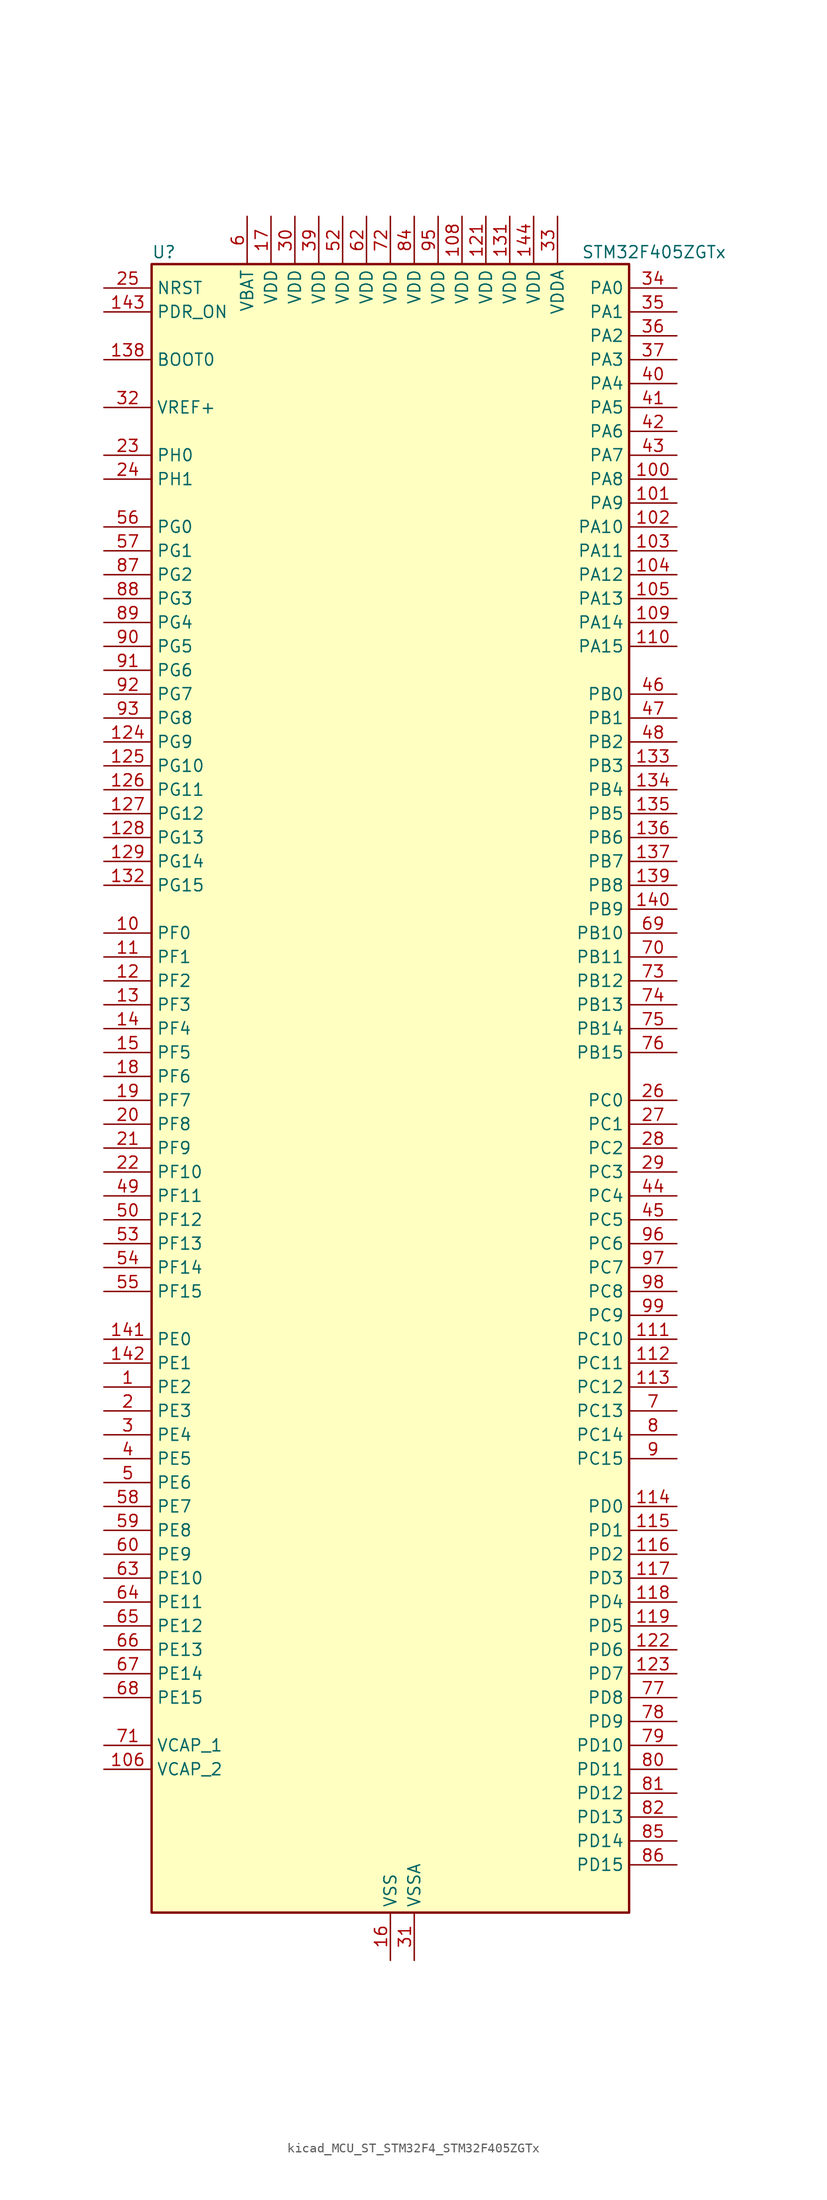
<source format=kicad_sym>
(kicad_symbol_lib
  (version 20220914)
  (generator kicad_symbol_editor)
  (symbol "kicad_MCU_ST_STM32F4_STM32F405ZGTx"
    (property "Reference" "U"
      (at -25.4 90.17 0)
      (effects (font (size 1.27 1.27)) (justify left)))
    (property "Value" "STM32F405ZGTx"
      (at 20.32 90.17 0)
      (effects (font (size 1.27 1.27)) (justify left)))
    (property "ki_locked" ""
      (at 0 0 0)
      (effects (font (size 1.27 1.27))))
    (symbol "kicad_MCU_ST_STM32F4_STM32F405ZGTx_0_1"
      (rectangle (start -25.4 -86.36) (end 25.4 88.9) (stroke (width 0.254) (type default)) (fill (type background))))
    (symbol "kicad_MCU_ST_STM32F4_STM32F405ZGTx_1_1"
      (pin bidirectional line (at -30.48 -30.48 0) (length 5.08) (name "PE2" (effects (font (size 1.27 1.27)))) (number "1" (effects (font (size 1.27 1.27)))) (alternate "FSMC_A23" bidirectional line) (alternate "SYS_TRACECLK" bidirectional line))
      (pin bidirectional line (at -30.48 17.78 0) (length 5.08) (name "PF0" (effects (font (size 1.27 1.27)))) (number "10" (effects (font (size 1.27 1.27)))) (alternate "FSMC_A0" bidirectional line) (alternate "I2C2_SDA" bidirectional line))
      (pin bidirectional line (at 30.48 66.04 180) (length 5.08) (name "PA8" (effects (font (size 1.27 1.27)))) (number "100" (effects (font (size 1.27 1.27)))) (alternate "I2C3_SCL" bidirectional line) (alternate "RCC_MCO_1" bidirectional line) (alternate "TIM1_CH1" bidirectional line) (alternate "USART1_CK" bidirectional line) (alternate "USB_OTG_FS_SOF" bidirectional line))
      (pin bidirectional line (at 30.48 63.5 180) (length 5.08) (name "PA9" (effects (font (size 1.27 1.27)))) (number "101" (effects (font (size 1.27 1.27)))) (alternate "DAC_EXTI9" bidirectional line) (alternate "I2C3_SMBA" bidirectional line) (alternate "TIM1_CH2" bidirectional line) (alternate "USART1_TX" bidirectional line) (alternate "USB_OTG_FS_VBUS" bidirectional line))
      (pin bidirectional line (at 30.48 60.96 180) (length 5.08) (name "PA10" (effects (font (size 1.27 1.27)))) (number "102" (effects (font (size 1.27 1.27)))) (alternate "TIM1_CH3" bidirectional line) (alternate "USART1_RX" bidirectional line) (alternate "USB_OTG_FS_ID" bidirectional line))
      (pin bidirectional line (at 30.48 58.42 180) (length 5.08) (name "PA11" (effects (font (size 1.27 1.27)))) (number "103" (effects (font (size 1.27 1.27)))) (alternate "ADC1_EXTI11" bidirectional line) (alternate "ADC2_EXTI11" bidirectional line) (alternate "ADC3_EXTI11" bidirectional line) (alternate "CAN1_RX" bidirectional line) (alternate "TIM1_CH4" bidirectional line) (alternate "USART1_CTS" bidirectional line) (alternate "USB_OTG_FS_DM" bidirectional line))
      (pin bidirectional line (at 30.48 55.88 180) (length 5.08) (name "PA12" (effects (font (size 1.27 1.27)))) (number "104" (effects (font (size 1.27 1.27)))) (alternate "CAN1_TX" bidirectional line) (alternate "TIM1_ETR" bidirectional line) (alternate "USART1_RTS" bidirectional line) (alternate "USB_OTG_FS_DP" bidirectional line))
      (pin bidirectional line (at 30.48 53.34 180) (length 5.08) (name "PA13" (effects (font (size 1.27 1.27)))) (number "105" (effects (font (size 1.27 1.27)))) (alternate "SYS_JTMS-SWDIO" bidirectional line))
      (pin power_out line (at -30.48 -71.12 0) (length 5.08) (name "VCAP_2" (effects (font (size 1.27 1.27)))) (number "106" (effects (font (size 1.27 1.27)))))
      (pin passive line (at 0 -91.44 90) (length 5.08) hide (name "VSS" (effects (font (size 1.27 1.27)))) (number "107" (effects (font (size 1.27 1.27)))))
      (pin power_in line (at 7.62 93.98 270) (length 5.08) (name "VDD" (effects (font (size 1.27 1.27)))) (number "108" (effects (font (size 1.27 1.27)))))
      (pin bidirectional line (at 30.48 50.8 180) (length 5.08) (name "PA14" (effects (font (size 1.27 1.27)))) (number "109" (effects (font (size 1.27 1.27)))) (alternate "SYS_JTCK-SWCLK" bidirectional line))
      (pin bidirectional line (at -30.48 15.24 0) (length 5.08) (name "PF1" (effects (font (size 1.27 1.27)))) (number "11" (effects (font (size 1.27 1.27)))) (alternate "FSMC_A1" bidirectional line) (alternate "I2C2_SCL" bidirectional line))
      (pin bidirectional line (at 30.48 48.26 180) (length 5.08) (name "PA15" (effects (font (size 1.27 1.27)))) (number "110" (effects (font (size 1.27 1.27)))) (alternate "ADC1_EXTI15" bidirectional line) (alternate "ADC2_EXTI15" bidirectional line) (alternate "ADC3_EXTI15" bidirectional line) (alternate "I2S3_WS" bidirectional line) (alternate "SPI1_NSS" bidirectional line) (alternate "SPI3_NSS" bidirectional line) (alternate "SYS_JTDI" bidirectional line) (alternate "TIM2_CH1" bidirectional line) (alternate "TIM2_ETR" bidirectional line))
      (pin bidirectional line (at 30.48 -25.4 180) (length 5.08) (name "PC10" (effects (font (size 1.27 1.27)))) (number "111" (effects (font (size 1.27 1.27)))) (alternate "I2S3_CK" bidirectional line) (alternate "SDIO_D2" bidirectional line) (alternate "SPI3_SCK" bidirectional line) (alternate "UART4_TX" bidirectional line) (alternate "USART3_TX" bidirectional line))
      (pin bidirectional line (at 30.48 -27.94 180) (length 5.08) (name "PC11" (effects (font (size 1.27 1.27)))) (number "112" (effects (font (size 1.27 1.27)))) (alternate "ADC1_EXTI11" bidirectional line) (alternate "ADC2_EXTI11" bidirectional line) (alternate "ADC3_EXTI11" bidirectional line) (alternate "I2S3_ext_SD" bidirectional line) (alternate "SDIO_D3" bidirectional line) (alternate "SPI3_MISO" bidirectional line) (alternate "UART4_RX" bidirectional line) (alternate "USART3_RX" bidirectional line))
      (pin bidirectional line (at 30.48 -30.48 180) (length 5.08) (name "PC12" (effects (font (size 1.27 1.27)))) (number "113" (effects (font (size 1.27 1.27)))) (alternate "I2S3_SD" bidirectional line) (alternate "SDIO_CK" bidirectional line) (alternate "SPI3_MOSI" bidirectional line) (alternate "UART5_TX" bidirectional line) (alternate "USART3_CK" bidirectional line))
      (pin bidirectional line (at 30.48 -43.18 180) (length 5.08) (name "PD0" (effects (font (size 1.27 1.27)))) (number "114" (effects (font (size 1.27 1.27)))) (alternate "CAN1_RX" bidirectional line) (alternate "FSMC_D2" bidirectional line) (alternate "FSMC_DA2" bidirectional line))
      (pin bidirectional line (at 30.48 -45.72 180) (length 5.08) (name "PD1" (effects (font (size 1.27 1.27)))) (number "115" (effects (font (size 1.27 1.27)))) (alternate "CAN1_TX" bidirectional line) (alternate "FSMC_D3" bidirectional line) (alternate "FSMC_DA3" bidirectional line))
      (pin bidirectional line (at 30.48 -48.26 180) (length 5.08) (name "PD2" (effects (font (size 1.27 1.27)))) (number "116" (effects (font (size 1.27 1.27)))) (alternate "SDIO_CMD" bidirectional line) (alternate "TIM3_ETR" bidirectional line) (alternate "UART5_RX" bidirectional line))
      (pin bidirectional line (at 30.48 -50.8 180) (length 5.08) (name "PD3" (effects (font (size 1.27 1.27)))) (number "117" (effects (font (size 1.27 1.27)))) (alternate "FSMC_CLK" bidirectional line) (alternate "USART2_CTS" bidirectional line))
      (pin bidirectional line (at 30.48 -53.34 180) (length 5.08) (name "PD4" (effects (font (size 1.27 1.27)))) (number "118" (effects (font (size 1.27 1.27)))) (alternate "FSMC_NOE" bidirectional line) (alternate "USART2_RTS" bidirectional line))
      (pin bidirectional line (at 30.48 -55.88 180) (length 5.08) (name "PD5" (effects (font (size 1.27 1.27)))) (number "119" (effects (font (size 1.27 1.27)))) (alternate "FSMC_NWE" bidirectional line) (alternate "USART2_TX" bidirectional line))
      (pin bidirectional line (at -30.48 12.7 0) (length 5.08) (name "PF2" (effects (font (size 1.27 1.27)))) (number "12" (effects (font (size 1.27 1.27)))) (alternate "FSMC_A2" bidirectional line) (alternate "I2C2_SMBA" bidirectional line))
      (pin passive line (at 0 -91.44 90) (length 5.08) hide (name "VSS" (effects (font (size 1.27 1.27)))) (number "120" (effects (font (size 1.27 1.27)))))
      (pin power_in line (at 10.16 93.98 270) (length 5.08) (name "VDD" (effects (font (size 1.27 1.27)))) (number "121" (effects (font (size 1.27 1.27)))))
      (pin bidirectional line (at 30.48 -58.42 180) (length 5.08) (name "PD6" (effects (font (size 1.27 1.27)))) (number "122" (effects (font (size 1.27 1.27)))) (alternate "FSMC_NWAIT" bidirectional line) (alternate "USART2_RX" bidirectional line))
      (pin bidirectional line (at 30.48 -60.96 180) (length 5.08) (name "PD7" (effects (font (size 1.27 1.27)))) (number "123" (effects (font (size 1.27 1.27)))) (alternate "FSMC_NCE2" bidirectional line) (alternate "FSMC_NE1" bidirectional line) (alternate "USART2_CK" bidirectional line))
      (pin bidirectional line (at -30.48 38.1 0) (length 5.08) (name "PG9" (effects (font (size 1.27 1.27)))) (number "124" (effects (font (size 1.27 1.27)))) (alternate "DAC_EXTI9" bidirectional line) (alternate "FSMC_NCE3" bidirectional line) (alternate "FSMC_NE2" bidirectional line) (alternate "USART6_RX" bidirectional line))
      (pin bidirectional line (at -30.48 35.56 0) (length 5.08) (name "PG10" (effects (font (size 1.27 1.27)))) (number "125" (effects (font (size 1.27 1.27)))) (alternate "FSMC_NCE4_1" bidirectional line) (alternate "FSMC_NE3" bidirectional line))
      (pin bidirectional line (at -30.48 33.02 0) (length 5.08) (name "PG11" (effects (font (size 1.27 1.27)))) (number "126" (effects (font (size 1.27 1.27)))) (alternate "ADC1_EXTI11" bidirectional line) (alternate "ADC2_EXTI11" bidirectional line) (alternate "ADC3_EXTI11" bidirectional line) (alternate "FSMC_NCE4_2" bidirectional line))
      (pin bidirectional line (at -30.48 30.48 0) (length 5.08) (name "PG12" (effects (font (size 1.27 1.27)))) (number "127" (effects (font (size 1.27 1.27)))) (alternate "FSMC_NE4" bidirectional line) (alternate "USART6_RTS" bidirectional line))
      (pin bidirectional line (at -30.48 27.94 0) (length 5.08) (name "PG13" (effects (font (size 1.27 1.27)))) (number "128" (effects (font (size 1.27 1.27)))) (alternate "FSMC_A24" bidirectional line) (alternate "USART6_CTS" bidirectional line))
      (pin bidirectional line (at -30.48 25.4 0) (length 5.08) (name "PG14" (effects (font (size 1.27 1.27)))) (number "129" (effects (font (size 1.27 1.27)))) (alternate "FSMC_A25" bidirectional line) (alternate "USART6_TX" bidirectional line))
      (pin bidirectional line (at -30.48 10.16 0) (length 5.08) (name "PF3" (effects (font (size 1.27 1.27)))) (number "13" (effects (font (size 1.27 1.27)))) (alternate "ADC3_IN9" bidirectional line) (alternate "FSMC_A3" bidirectional line))
      (pin passive line (at 0 -91.44 90) (length 5.08) hide (name "VSS" (effects (font (size 1.27 1.27)))) (number "130" (effects (font (size 1.27 1.27)))))
      (pin power_in line (at 12.7 93.98 270) (length 5.08) (name "VDD" (effects (font (size 1.27 1.27)))) (number "131" (effects (font (size 1.27 1.27)))))
      (pin bidirectional line (at -30.48 22.86 0) (length 5.08) (name "PG15" (effects (font (size 1.27 1.27)))) (number "132" (effects (font (size 1.27 1.27)))) (alternate "ADC1_EXTI15" bidirectional line) (alternate "ADC2_EXTI15" bidirectional line) (alternate "ADC3_EXTI15" bidirectional line) (alternate "USART6_CTS" bidirectional line))
      (pin bidirectional line (at 30.48 35.56 180) (length 5.08) (name "PB3" (effects (font (size 1.27 1.27)))) (number "133" (effects (font (size 1.27 1.27)))) (alternate "I2S3_CK" bidirectional line) (alternate "SPI1_SCK" bidirectional line) (alternate "SPI3_SCK" bidirectional line) (alternate "SYS_JTDO-SWO" bidirectional line) (alternate "TIM2_CH2" bidirectional line))
      (pin bidirectional line (at 30.48 33.02 180) (length 5.08) (name "PB4" (effects (font (size 1.27 1.27)))) (number "134" (effects (font (size 1.27 1.27)))) (alternate "I2S3_ext_SD" bidirectional line) (alternate "SPI1_MISO" bidirectional line) (alternate "SPI3_MISO" bidirectional line) (alternate "SYS_JTRST" bidirectional line) (alternate "TIM3_CH1" bidirectional line))
      (pin bidirectional line (at 30.48 30.48 180) (length 5.08) (name "PB5" (effects (font (size 1.27 1.27)))) (number "135" (effects (font (size 1.27 1.27)))) (alternate "CAN2_RX" bidirectional line) (alternate "I2C1_SMBA" bidirectional line) (alternate "I2S3_SD" bidirectional line) (alternate "SPI1_MOSI" bidirectional line) (alternate "SPI3_MOSI" bidirectional line) (alternate "TIM3_CH2" bidirectional line) (alternate "USB_OTG_HS_ULPI_D7" bidirectional line))
      (pin bidirectional line (at 30.48 27.94 180) (length 5.08) (name "PB6" (effects (font (size 1.27 1.27)))) (number "136" (effects (font (size 1.27 1.27)))) (alternate "CAN2_TX" bidirectional line) (alternate "I2C1_SCL" bidirectional line) (alternate "TIM4_CH1" bidirectional line) (alternate "USART1_TX" bidirectional line))
      (pin bidirectional line (at 30.48 25.4 180) (length 5.08) (name "PB7" (effects (font (size 1.27 1.27)))) (number "137" (effects (font (size 1.27 1.27)))) (alternate "FSMC_NL" bidirectional line) (alternate "I2C1_SDA" bidirectional line) (alternate "TIM4_CH2" bidirectional line) (alternate "USART1_RX" bidirectional line))
      (pin input line (at -30.48 78.74 0) (length 5.08) (name "BOOT0" (effects (font (size 1.27 1.27)))) (number "138" (effects (font (size 1.27 1.27)))))
      (pin bidirectional line (at 30.48 22.86 180) (length 5.08) (name "PB8" (effects (font (size 1.27 1.27)))) (number "139" (effects (font (size 1.27 1.27)))) (alternate "CAN1_RX" bidirectional line) (alternate "I2C1_SCL" bidirectional line) (alternate "SDIO_D4" bidirectional line) (alternate "TIM10_CH1" bidirectional line) (alternate "TIM4_CH3" bidirectional line))
      (pin bidirectional line (at -30.48 7.62 0) (length 5.08) (name "PF4" (effects (font (size 1.27 1.27)))) (number "14" (effects (font (size 1.27 1.27)))) (alternate "ADC3_IN14" bidirectional line) (alternate "FSMC_A4" bidirectional line))
      (pin bidirectional line (at 30.48 20.32 180) (length 5.08) (name "PB9" (effects (font (size 1.27 1.27)))) (number "140" (effects (font (size 1.27 1.27)))) (alternate "CAN1_TX" bidirectional line) (alternate "DAC_EXTI9" bidirectional line) (alternate "I2C1_SDA" bidirectional line) (alternate "I2S2_WS" bidirectional line) (alternate "SDIO_D5" bidirectional line) (alternate "SPI2_NSS" bidirectional line) (alternate "TIM11_CH1" bidirectional line) (alternate "TIM4_CH4" bidirectional line))
      (pin bidirectional line (at -30.48 -25.4 0) (length 5.08) (name "PE0" (effects (font (size 1.27 1.27)))) (number "141" (effects (font (size 1.27 1.27)))) (alternate "FSMC_NBL0" bidirectional line) (alternate "TIM4_ETR" bidirectional line))
      (pin bidirectional line (at -30.48 -27.94 0) (length 5.08) (name "PE1" (effects (font (size 1.27 1.27)))) (number "142" (effects (font (size 1.27 1.27)))) (alternate "FSMC_NBL1" bidirectional line))
      (pin input line (at -30.48 83.82 0) (length 5.08) (name "PDR_ON" (effects (font (size 1.27 1.27)))) (number "143" (effects (font (size 1.27 1.27)))))
      (pin power_in line (at 15.24 93.98 270) (length 5.08) (name "VDD" (effects (font (size 1.27 1.27)))) (number "144" (effects (font (size 1.27 1.27)))))
      (pin bidirectional line (at -30.48 5.08 0) (length 5.08) (name "PF5" (effects (font (size 1.27 1.27)))) (number "15" (effects (font (size 1.27 1.27)))) (alternate "ADC3_IN15" bidirectional line) (alternate "FSMC_A5" bidirectional line))
      (pin power_in line (at 0 -91.44 90) (length 5.08) (name "VSS" (effects (font (size 1.27 1.27)))) (number "16" (effects (font (size 1.27 1.27)))))
      (pin power_in line (at -12.7 93.98 270) (length 5.08) (name "VDD" (effects (font (size 1.27 1.27)))) (number "17" (effects (font (size 1.27 1.27)))))
      (pin bidirectional line (at -30.48 2.54 0) (length 5.08) (name "PF6" (effects (font (size 1.27 1.27)))) (number "18" (effects (font (size 1.27 1.27)))) (alternate "ADC3_IN4" bidirectional line) (alternate "FSMC_NIORD" bidirectional line) (alternate "TIM10_CH1" bidirectional line))
      (pin bidirectional line (at -30.48 0 0) (length 5.08) (name "PF7" (effects (font (size 1.27 1.27)))) (number "19" (effects (font (size 1.27 1.27)))) (alternate "ADC3_IN5" bidirectional line) (alternate "FSMC_NREG" bidirectional line) (alternate "TIM11_CH1" bidirectional line))
      (pin bidirectional line (at -30.48 -33.02 0) (length 5.08) (name "PE3" (effects (font (size 1.27 1.27)))) (number "2" (effects (font (size 1.27 1.27)))) (alternate "FSMC_A19" bidirectional line) (alternate "SYS_TRACED0" bidirectional line))
      (pin bidirectional line (at -30.48 -2.54 0) (length 5.08) (name "PF8" (effects (font (size 1.27 1.27)))) (number "20" (effects (font (size 1.27 1.27)))) (alternate "ADC3_IN6" bidirectional line) (alternate "FSMC_NIOWR" bidirectional line) (alternate "TIM13_CH1" bidirectional line))
      (pin bidirectional line (at -30.48 -5.08 0) (length 5.08) (name "PF9" (effects (font (size 1.27 1.27)))) (number "21" (effects (font (size 1.27 1.27)))) (alternate "ADC3_IN7" bidirectional line) (alternate "DAC_EXTI9" bidirectional line) (alternate "FSMC_CD" bidirectional line) (alternate "TIM14_CH1" bidirectional line))
      (pin bidirectional line (at -30.48 -7.62 0) (length 5.08) (name "PF10" (effects (font (size 1.27 1.27)))) (number "22" (effects (font (size 1.27 1.27)))) (alternate "ADC3_IN8" bidirectional line) (alternate "FSMC_INTR" bidirectional line))
      (pin bidirectional line (at -30.48 68.58 0) (length 5.08) (name "PH0" (effects (font (size 1.27 1.27)))) (number "23" (effects (font (size 1.27 1.27)))) (alternate "RCC_OSC_IN" bidirectional line))
      (pin bidirectional line (at -30.48 66.04 0) (length 5.08) (name "PH1" (effects (font (size 1.27 1.27)))) (number "24" (effects (font (size 1.27 1.27)))) (alternate "RCC_OSC_OUT" bidirectional line))
      (pin input line (at -30.48 86.36 0) (length 5.08) (name "NRST" (effects (font (size 1.27 1.27)))) (number "25" (effects (font (size 1.27 1.27)))))
      (pin bidirectional line (at 30.48 0 180) (length 5.08) (name "PC0" (effects (font (size 1.27 1.27)))) (number "26" (effects (font (size 1.27 1.27)))) (alternate "ADC1_IN10" bidirectional line) (alternate "ADC2_IN10" bidirectional line) (alternate "ADC3_IN10" bidirectional line) (alternate "USB_OTG_HS_ULPI_STP" bidirectional line))
      (pin bidirectional line (at 30.48 -2.54 180) (length 5.08) (name "PC1" (effects (font (size 1.27 1.27)))) (number "27" (effects (font (size 1.27 1.27)))) (alternate "ADC1_IN11" bidirectional line) (alternate "ADC2_IN11" bidirectional line) (alternate "ADC3_IN11" bidirectional line))
      (pin bidirectional line (at 30.48 -5.08 180) (length 5.08) (name "PC2" (effects (font (size 1.27 1.27)))) (number "28" (effects (font (size 1.27 1.27)))) (alternate "ADC1_IN12" bidirectional line) (alternate "ADC2_IN12" bidirectional line) (alternate "ADC3_IN12" bidirectional line) (alternate "I2S2_ext_SD" bidirectional line) (alternate "SPI2_MISO" bidirectional line) (alternate "USB_OTG_HS_ULPI_DIR" bidirectional line))
      (pin bidirectional line (at 30.48 -7.62 180) (length 5.08) (name "PC3" (effects (font (size 1.27 1.27)))) (number "29" (effects (font (size 1.27 1.27)))) (alternate "ADC1_IN13" bidirectional line) (alternate "ADC2_IN13" bidirectional line) (alternate "ADC3_IN13" bidirectional line) (alternate "I2S2_SD" bidirectional line) (alternate "SPI2_MOSI" bidirectional line) (alternate "USB_OTG_HS_ULPI_NXT" bidirectional line))
      (pin bidirectional line (at -30.48 -35.56 0) (length 5.08) (name "PE4" (effects (font (size 1.27 1.27)))) (number "3" (effects (font (size 1.27 1.27)))) (alternate "FSMC_A20" bidirectional line) (alternate "SYS_TRACED1" bidirectional line))
      (pin power_in line (at -10.16 93.98 270) (length 5.08) (name "VDD" (effects (font (size 1.27 1.27)))) (number "30" (effects (font (size 1.27 1.27)))))
      (pin power_in line (at 2.54 -91.44 90) (length 5.08) (name "VSSA" (effects (font (size 1.27 1.27)))) (number "31" (effects (font (size 1.27 1.27)))))
      (pin input line (at -30.48 73.66 0) (length 5.08) (name "VREF+" (effects (font (size 1.27 1.27)))) (number "32" (effects (font (size 1.27 1.27)))))
      (pin power_in line (at 17.78 93.98 270) (length 5.08) (name "VDDA" (effects (font (size 1.27 1.27)))) (number "33" (effects (font (size 1.27 1.27)))))
      (pin bidirectional line (at 30.48 86.36 180) (length 5.08) (name "PA0" (effects (font (size 1.27 1.27)))) (number "34" (effects (font (size 1.27 1.27)))) (alternate "ADC1_IN0" bidirectional line) (alternate "ADC2_IN0" bidirectional line) (alternate "ADC3_IN0" bidirectional line) (alternate "SYS_WKUP" bidirectional line) (alternate "TIM2_CH1" bidirectional line) (alternate "TIM2_ETR" bidirectional line) (alternate "TIM5_CH1" bidirectional line) (alternate "TIM8_ETR" bidirectional line) (alternate "UART4_TX" bidirectional line) (alternate "USART2_CTS" bidirectional line))
      (pin bidirectional line (at 30.48 83.82 180) (length 5.08) (name "PA1" (effects (font (size 1.27 1.27)))) (number "35" (effects (font (size 1.27 1.27)))) (alternate "ADC1_IN1" bidirectional line) (alternate "ADC2_IN1" bidirectional line) (alternate "ADC3_IN1" bidirectional line) (alternate "TIM2_CH2" bidirectional line) (alternate "TIM5_CH2" bidirectional line) (alternate "UART4_RX" bidirectional line) (alternate "USART2_RTS" bidirectional line))
      (pin bidirectional line (at 30.48 81.28 180) (length 5.08) (name "PA2" (effects (font (size 1.27 1.27)))) (number "36" (effects (font (size 1.27 1.27)))) (alternate "ADC1_IN2" bidirectional line) (alternate "ADC2_IN2" bidirectional line) (alternate "ADC3_IN2" bidirectional line) (alternate "TIM2_CH3" bidirectional line) (alternate "TIM5_CH3" bidirectional line) (alternate "TIM9_CH1" bidirectional line) (alternate "USART2_TX" bidirectional line))
      (pin bidirectional line (at 30.48 78.74 180) (length 5.08) (name "PA3" (effects (font (size 1.27 1.27)))) (number "37" (effects (font (size 1.27 1.27)))) (alternate "ADC1_IN3" bidirectional line) (alternate "ADC2_IN3" bidirectional line) (alternate "ADC3_IN3" bidirectional line) (alternate "TIM2_CH4" bidirectional line) (alternate "TIM5_CH4" bidirectional line) (alternate "TIM9_CH2" bidirectional line) (alternate "USART2_RX" bidirectional line) (alternate "USB_OTG_HS_ULPI_D0" bidirectional line))
      (pin passive line (at 0 -91.44 90) (length 5.08) hide (name "VSS" (effects (font (size 1.27 1.27)))) (number "38" (effects (font (size 1.27 1.27)))))
      (pin power_in line (at -7.62 93.98 270) (length 5.08) (name "VDD" (effects (font (size 1.27 1.27)))) (number "39" (effects (font (size 1.27 1.27)))))
      (pin bidirectional line (at -30.48 -38.1 0) (length 5.08) (name "PE5" (effects (font (size 1.27 1.27)))) (number "4" (effects (font (size 1.27 1.27)))) (alternate "FSMC_A21" bidirectional line) (alternate "SYS_TRACED2" bidirectional line) (alternate "TIM9_CH1" bidirectional line))
      (pin bidirectional line (at 30.48 76.2 180) (length 5.08) (name "PA4" (effects (font (size 1.27 1.27)))) (number "40" (effects (font (size 1.27 1.27)))) (alternate "ADC1_IN4" bidirectional line) (alternate "ADC2_IN4" bidirectional line) (alternate "DAC_OUT1" bidirectional line) (alternate "I2S3_WS" bidirectional line) (alternate "SPI1_NSS" bidirectional line) (alternate "SPI3_NSS" bidirectional line) (alternate "USART2_CK" bidirectional line) (alternate "USB_OTG_HS_SOF" bidirectional line))
      (pin bidirectional line (at 30.48 73.66 180) (length 5.08) (name "PA5" (effects (font (size 1.27 1.27)))) (number "41" (effects (font (size 1.27 1.27)))) (alternate "ADC1_IN5" bidirectional line) (alternate "ADC2_IN5" bidirectional line) (alternate "DAC_OUT2" bidirectional line) (alternate "SPI1_SCK" bidirectional line) (alternate "TIM2_CH1" bidirectional line) (alternate "TIM2_ETR" bidirectional line) (alternate "TIM8_CH1N" bidirectional line) (alternate "USB_OTG_HS_ULPI_CK" bidirectional line))
      (pin bidirectional line (at 30.48 71.12 180) (length 5.08) (name "PA6" (effects (font (size 1.27 1.27)))) (number "42" (effects (font (size 1.27 1.27)))) (alternate "ADC1_IN6" bidirectional line) (alternate "ADC2_IN6" bidirectional line) (alternate "SPI1_MISO" bidirectional line) (alternate "TIM13_CH1" bidirectional line) (alternate "TIM1_BKIN" bidirectional line) (alternate "TIM3_CH1" bidirectional line) (alternate "TIM8_BKIN" bidirectional line))
      (pin bidirectional line (at 30.48 68.58 180) (length 5.08) (name "PA7" (effects (font (size 1.27 1.27)))) (number "43" (effects (font (size 1.27 1.27)))) (alternate "ADC1_IN7" bidirectional line) (alternate "ADC2_IN7" bidirectional line) (alternate "SPI1_MOSI" bidirectional line) (alternate "TIM14_CH1" bidirectional line) (alternate "TIM1_CH1N" bidirectional line) (alternate "TIM3_CH2" bidirectional line) (alternate "TIM8_CH1N" bidirectional line))
      (pin bidirectional line (at 30.48 -10.16 180) (length 5.08) (name "PC4" (effects (font (size 1.27 1.27)))) (number "44" (effects (font (size 1.27 1.27)))) (alternate "ADC1_IN14" bidirectional line) (alternate "ADC2_IN14" bidirectional line))
      (pin bidirectional line (at 30.48 -12.7 180) (length 5.08) (name "PC5" (effects (font (size 1.27 1.27)))) (number "45" (effects (font (size 1.27 1.27)))) (alternate "ADC1_IN15" bidirectional line) (alternate "ADC2_IN15" bidirectional line))
      (pin bidirectional line (at 30.48 43.18 180) (length 5.08) (name "PB0" (effects (font (size 1.27 1.27)))) (number "46" (effects (font (size 1.27 1.27)))) (alternate "ADC1_IN8" bidirectional line) (alternate "ADC2_IN8" bidirectional line) (alternate "TIM1_CH2N" bidirectional line) (alternate "TIM3_CH3" bidirectional line) (alternate "TIM8_CH2N" bidirectional line) (alternate "USB_OTG_HS_ULPI_D1" bidirectional line))
      (pin bidirectional line (at 30.48 40.64 180) (length 5.08) (name "PB1" (effects (font (size 1.27 1.27)))) (number "47" (effects (font (size 1.27 1.27)))) (alternate "ADC1_IN9" bidirectional line) (alternate "ADC2_IN9" bidirectional line) (alternate "TIM1_CH3N" bidirectional line) (alternate "TIM3_CH4" bidirectional line) (alternate "TIM8_CH3N" bidirectional line) (alternate "USB_OTG_HS_ULPI_D2" bidirectional line))
      (pin bidirectional line (at 30.48 38.1 180) (length 5.08) (name "PB2" (effects (font (size 1.27 1.27)))) (number "48" (effects (font (size 1.27 1.27)))))
      (pin bidirectional line (at -30.48 -10.16 0) (length 5.08) (name "PF11" (effects (font (size 1.27 1.27)))) (number "49" (effects (font (size 1.27 1.27)))) (alternate "ADC1_EXTI11" bidirectional line) (alternate "ADC2_EXTI11" bidirectional line) (alternate "ADC3_EXTI11" bidirectional line))
      (pin bidirectional line (at -30.48 -40.64 0) (length 5.08) (name "PE6" (effects (font (size 1.27 1.27)))) (number "5" (effects (font (size 1.27 1.27)))) (alternate "FSMC_A22" bidirectional line) (alternate "SYS_TRACED3" bidirectional line) (alternate "TIM9_CH2" bidirectional line))
      (pin bidirectional line (at -30.48 -12.7 0) (length 5.08) (name "PF12" (effects (font (size 1.27 1.27)))) (number "50" (effects (font (size 1.27 1.27)))) (alternate "FSMC_A6" bidirectional line))
      (pin passive line (at 0 -91.44 90) (length 5.08) hide (name "VSS" (effects (font (size 1.27 1.27)))) (number "51" (effects (font (size 1.27 1.27)))))
      (pin power_in line (at -5.08 93.98 270) (length 5.08) (name "VDD" (effects (font (size 1.27 1.27)))) (number "52" (effects (font (size 1.27 1.27)))))
      (pin bidirectional line (at -30.48 -15.24 0) (length 5.08) (name "PF13" (effects (font (size 1.27 1.27)))) (number "53" (effects (font (size 1.27 1.27)))) (alternate "FSMC_A7" bidirectional line))
      (pin bidirectional line (at -30.48 -17.78 0) (length 5.08) (name "PF14" (effects (font (size 1.27 1.27)))) (number "54" (effects (font (size 1.27 1.27)))) (alternate "FSMC_A8" bidirectional line))
      (pin bidirectional line (at -30.48 -20.32 0) (length 5.08) (name "PF15" (effects (font (size 1.27 1.27)))) (number "55" (effects (font (size 1.27 1.27)))) (alternate "ADC1_EXTI15" bidirectional line) (alternate "ADC2_EXTI15" bidirectional line) (alternate "ADC3_EXTI15" bidirectional line) (alternate "FSMC_A9" bidirectional line))
      (pin bidirectional line (at -30.48 60.96 0) (length 5.08) (name "PG0" (effects (font (size 1.27 1.27)))) (number "56" (effects (font (size 1.27 1.27)))) (alternate "FSMC_A10" bidirectional line))
      (pin bidirectional line (at -30.48 58.42 0) (length 5.08) (name "PG1" (effects (font (size 1.27 1.27)))) (number "57" (effects (font (size 1.27 1.27)))) (alternate "FSMC_A11" bidirectional line))
      (pin bidirectional line (at -30.48 -43.18 0) (length 5.08) (name "PE7" (effects (font (size 1.27 1.27)))) (number "58" (effects (font (size 1.27 1.27)))) (alternate "FSMC_D4" bidirectional line) (alternate "FSMC_DA4" bidirectional line) (alternate "TIM1_ETR" bidirectional line))
      (pin bidirectional line (at -30.48 -45.72 0) (length 5.08) (name "PE8" (effects (font (size 1.27 1.27)))) (number "59" (effects (font (size 1.27 1.27)))) (alternate "FSMC_D5" bidirectional line) (alternate "FSMC_DA5" bidirectional line) (alternate "TIM1_CH1N" bidirectional line))
      (pin power_in line (at -15.24 93.98 270) (length 5.08) (name "VBAT" (effects (font (size 1.27 1.27)))) (number "6" (effects (font (size 1.27 1.27)))))
      (pin bidirectional line (at -30.48 -48.26 0) (length 5.08) (name "PE9" (effects (font (size 1.27 1.27)))) (number "60" (effects (font (size 1.27 1.27)))) (alternate "DAC_EXTI9" bidirectional line) (alternate "FSMC_D6" bidirectional line) (alternate "FSMC_DA6" bidirectional line) (alternate "TIM1_CH1" bidirectional line))
      (pin passive line (at 0 -91.44 90) (length 5.08) hide (name "VSS" (effects (font (size 1.27 1.27)))) (number "61" (effects (font (size 1.27 1.27)))))
      (pin power_in line (at -2.54 93.98 270) (length 5.08) (name "VDD" (effects (font (size 1.27 1.27)))) (number "62" (effects (font (size 1.27 1.27)))))
      (pin bidirectional line (at -30.48 -50.8 0) (length 5.08) (name "PE10" (effects (font (size 1.27 1.27)))) (number "63" (effects (font (size 1.27 1.27)))) (alternate "FSMC_D7" bidirectional line) (alternate "FSMC_DA7" bidirectional line) (alternate "TIM1_CH2N" bidirectional line))
      (pin bidirectional line (at -30.48 -53.34 0) (length 5.08) (name "PE11" (effects (font (size 1.27 1.27)))) (number "64" (effects (font (size 1.27 1.27)))) (alternate "ADC1_EXTI11" bidirectional line) (alternate "ADC2_EXTI11" bidirectional line) (alternate "ADC3_EXTI11" bidirectional line) (alternate "FSMC_D8" bidirectional line) (alternate "FSMC_DA8" bidirectional line) (alternate "TIM1_CH2" bidirectional line))
      (pin bidirectional line (at -30.48 -55.88 0) (length 5.08) (name "PE12" (effects (font (size 1.27 1.27)))) (number "65" (effects (font (size 1.27 1.27)))) (alternate "FSMC_D9" bidirectional line) (alternate "FSMC_DA9" bidirectional line) (alternate "TIM1_CH3N" bidirectional line))
      (pin bidirectional line (at -30.48 -58.42 0) (length 5.08) (name "PE13" (effects (font (size 1.27 1.27)))) (number "66" (effects (font (size 1.27 1.27)))) (alternate "FSMC_D10" bidirectional line) (alternate "FSMC_DA10" bidirectional line) (alternate "TIM1_CH3" bidirectional line))
      (pin bidirectional line (at -30.48 -60.96 0) (length 5.08) (name "PE14" (effects (font (size 1.27 1.27)))) (number "67" (effects (font (size 1.27 1.27)))) (alternate "FSMC_D11" bidirectional line) (alternate "FSMC_DA11" bidirectional line) (alternate "TIM1_CH4" bidirectional line))
      (pin bidirectional line (at -30.48 -63.5 0) (length 5.08) (name "PE15" (effects (font (size 1.27 1.27)))) (number "68" (effects (font (size 1.27 1.27)))) (alternate "ADC1_EXTI15" bidirectional line) (alternate "ADC2_EXTI15" bidirectional line) (alternate "ADC3_EXTI15" bidirectional line) (alternate "FSMC_D12" bidirectional line) (alternate "FSMC_DA12" bidirectional line) (alternate "TIM1_BKIN" bidirectional line))
      (pin bidirectional line (at 30.48 17.78 180) (length 5.08) (name "PB10" (effects (font (size 1.27 1.27)))) (number "69" (effects (font (size 1.27 1.27)))) (alternate "I2C2_SCL" bidirectional line) (alternate "I2S2_CK" bidirectional line) (alternate "SPI2_SCK" bidirectional line) (alternate "TIM2_CH3" bidirectional line) (alternate "USART3_TX" bidirectional line) (alternate "USB_OTG_HS_ULPI_D3" bidirectional line))
      (pin bidirectional line (at 30.48 -33.02 180) (length 5.08) (name "PC13" (effects (font (size 1.27 1.27)))) (number "7" (effects (font (size 1.27 1.27)))) (alternate "RTC_AF1" bidirectional line))
      (pin bidirectional line (at 30.48 15.24 180) (length 5.08) (name "PB11" (effects (font (size 1.27 1.27)))) (number "70" (effects (font (size 1.27 1.27)))) (alternate "ADC1_EXTI11" bidirectional line) (alternate "ADC2_EXTI11" bidirectional line) (alternate "ADC3_EXTI11" bidirectional line) (alternate "I2C2_SDA" bidirectional line) (alternate "TIM2_CH4" bidirectional line) (alternate "USART3_RX" bidirectional line) (alternate "USB_OTG_HS_ULPI_D4" bidirectional line))
      (pin power_out line (at -30.48 -68.58 0) (length 5.08) (name "VCAP_1" (effects (font (size 1.27 1.27)))) (number "71" (effects (font (size 1.27 1.27)))))
      (pin power_in line (at 0 93.98 270) (length 5.08) (name "VDD" (effects (font (size 1.27 1.27)))) (number "72" (effects (font (size 1.27 1.27)))))
      (pin bidirectional line (at 30.48 12.7 180) (length 5.08) (name "PB12" (effects (font (size 1.27 1.27)))) (number "73" (effects (font (size 1.27 1.27)))) (alternate "CAN2_RX" bidirectional line) (alternate "I2C2_SMBA" bidirectional line) (alternate "I2S2_WS" bidirectional line) (alternate "SPI2_NSS" bidirectional line) (alternate "TIM1_BKIN" bidirectional line) (alternate "USART3_CK" bidirectional line) (alternate "USB_OTG_HS_ID" bidirectional line) (alternate "USB_OTG_HS_ULPI_D5" bidirectional line))
      (pin bidirectional line (at 30.48 10.16 180) (length 5.08) (name "PB13" (effects (font (size 1.27 1.27)))) (number "74" (effects (font (size 1.27 1.27)))) (alternate "CAN2_TX" bidirectional line) (alternate "I2S2_CK" bidirectional line) (alternate "SPI2_SCK" bidirectional line) (alternate "TIM1_CH1N" bidirectional line) (alternate "USART3_CTS" bidirectional line) (alternate "USB_OTG_HS_ULPI_D6" bidirectional line) (alternate "USB_OTG_HS_VBUS" bidirectional line))
      (pin bidirectional line (at 30.48 7.62 180) (length 5.08) (name "PB14" (effects (font (size 1.27 1.27)))) (number "75" (effects (font (size 1.27 1.27)))) (alternate "I2S2_ext_SD" bidirectional line) (alternate "SPI2_MISO" bidirectional line) (alternate "TIM12_CH1" bidirectional line) (alternate "TIM1_CH2N" bidirectional line) (alternate "TIM8_CH2N" bidirectional line) (alternate "USART3_RTS" bidirectional line) (alternate "USB_OTG_HS_DM" bidirectional line))
      (pin bidirectional line (at 30.48 5.08 180) (length 5.08) (name "PB15" (effects (font (size 1.27 1.27)))) (number "76" (effects (font (size 1.27 1.27)))) (alternate "ADC1_EXTI15" bidirectional line) (alternate "ADC2_EXTI15" bidirectional line) (alternate "ADC3_EXTI15" bidirectional line) (alternate "I2S2_SD" bidirectional line) (alternate "RTC_REFIN" bidirectional line) (alternate "SPI2_MOSI" bidirectional line) (alternate "TIM12_CH2" bidirectional line) (alternate "TIM1_CH3N" bidirectional line) (alternate "TIM8_CH3N" bidirectional line) (alternate "USB_OTG_HS_DP" bidirectional line))
      (pin bidirectional line (at 30.48 -63.5 180) (length 5.08) (name "PD8" (effects (font (size 1.27 1.27)))) (number "77" (effects (font (size 1.27 1.27)))) (alternate "FSMC_D13" bidirectional line) (alternate "FSMC_DA13" bidirectional line) (alternate "USART3_TX" bidirectional line))
      (pin bidirectional line (at 30.48 -66.04 180) (length 5.08) (name "PD9" (effects (font (size 1.27 1.27)))) (number "78" (effects (font (size 1.27 1.27)))) (alternate "DAC_EXTI9" bidirectional line) (alternate "FSMC_D14" bidirectional line) (alternate "FSMC_DA14" bidirectional line) (alternate "USART3_RX" bidirectional line))
      (pin bidirectional line (at 30.48 -68.58 180) (length 5.08) (name "PD10" (effects (font (size 1.27 1.27)))) (number "79" (effects (font (size 1.27 1.27)))) (alternate "FSMC_D15" bidirectional line) (alternate "FSMC_DA15" bidirectional line) (alternate "USART3_CK" bidirectional line))
      (pin bidirectional line (at 30.48 -35.56 180) (length 5.08) (name "PC14" (effects (font (size 1.27 1.27)))) (number "8" (effects (font (size 1.27 1.27)))) (alternate "RCC_OSC32_IN" bidirectional line))
      (pin bidirectional line (at 30.48 -71.12 180) (length 5.08) (name "PD11" (effects (font (size 1.27 1.27)))) (number "80" (effects (font (size 1.27 1.27)))) (alternate "ADC1_EXTI11" bidirectional line) (alternate "ADC2_EXTI11" bidirectional line) (alternate "ADC3_EXTI11" bidirectional line) (alternate "FSMC_A16" bidirectional line) (alternate "FSMC_CLE" bidirectional line) (alternate "USART3_CTS" bidirectional line))
      (pin bidirectional line (at 30.48 -73.66 180) (length 5.08) (name "PD12" (effects (font (size 1.27 1.27)))) (number "81" (effects (font (size 1.27 1.27)))) (alternate "FSMC_A17" bidirectional line) (alternate "FSMC_ALE" bidirectional line) (alternate "TIM4_CH1" bidirectional line) (alternate "USART3_RTS" bidirectional line))
      (pin bidirectional line (at 30.48 -76.2 180) (length 5.08) (name "PD13" (effects (font (size 1.27 1.27)))) (number "82" (effects (font (size 1.27 1.27)))) (alternate "FSMC_A18" bidirectional line) (alternate "TIM4_CH2" bidirectional line))
      (pin passive line (at 0 -91.44 90) (length 5.08) hide (name "VSS" (effects (font (size 1.27 1.27)))) (number "83" (effects (font (size 1.27 1.27)))))
      (pin power_in line (at 2.54 93.98 270) (length 5.08) (name "VDD" (effects (font (size 1.27 1.27)))) (number "84" (effects (font (size 1.27 1.27)))))
      (pin bidirectional line (at 30.48 -78.74 180) (length 5.08) (name "PD14" (effects (font (size 1.27 1.27)))) (number "85" (effects (font (size 1.27 1.27)))) (alternate "FSMC_D0" bidirectional line) (alternate "FSMC_DA0" bidirectional line) (alternate "TIM4_CH3" bidirectional line))
      (pin bidirectional line (at 30.48 -81.28 180) (length 5.08) (name "PD15" (effects (font (size 1.27 1.27)))) (number "86" (effects (font (size 1.27 1.27)))) (alternate "ADC1_EXTI15" bidirectional line) (alternate "ADC2_EXTI15" bidirectional line) (alternate "ADC3_EXTI15" bidirectional line) (alternate "FSMC_D1" bidirectional line) (alternate "FSMC_DA1" bidirectional line) (alternate "TIM4_CH4" bidirectional line))
      (pin bidirectional line (at -30.48 55.88 0) (length 5.08) (name "PG2" (effects (font (size 1.27 1.27)))) (number "87" (effects (font (size 1.27 1.27)))) (alternate "FSMC_A12" bidirectional line))
      (pin bidirectional line (at -30.48 53.34 0) (length 5.08) (name "PG3" (effects (font (size 1.27 1.27)))) (number "88" (effects (font (size 1.27 1.27)))) (alternate "FSMC_A13" bidirectional line))
      (pin bidirectional line (at -30.48 50.8 0) (length 5.08) (name "PG4" (effects (font (size 1.27 1.27)))) (number "89" (effects (font (size 1.27 1.27)))) (alternate "FSMC_A14" bidirectional line))
      (pin bidirectional line (at 30.48 -38.1 180) (length 5.08) (name "PC15" (effects (font (size 1.27 1.27)))) (number "9" (effects (font (size 1.27 1.27)))) (alternate "ADC1_EXTI15" bidirectional line) (alternate "ADC2_EXTI15" bidirectional line) (alternate "ADC3_EXTI15" bidirectional line) (alternate "RCC_OSC32_OUT" bidirectional line))
      (pin bidirectional line (at -30.48 48.26 0) (length 5.08) (name "PG5" (effects (font (size 1.27 1.27)))) (number "90" (effects (font (size 1.27 1.27)))) (alternate "FSMC_A15" bidirectional line))
      (pin bidirectional line (at -30.48 45.72 0) (length 5.08) (name "PG6" (effects (font (size 1.27 1.27)))) (number "91" (effects (font (size 1.27 1.27)))) (alternate "FSMC_INT2" bidirectional line))
      (pin bidirectional line (at -30.48 43.18 0) (length 5.08) (name "PG7" (effects (font (size 1.27 1.27)))) (number "92" (effects (font (size 1.27 1.27)))) (alternate "FSMC_INT3" bidirectional line) (alternate "USART6_CK" bidirectional line))
      (pin bidirectional line (at -30.48 40.64 0) (length 5.08) (name "PG8" (effects (font (size 1.27 1.27)))) (number "93" (effects (font (size 1.27 1.27)))) (alternate "USART6_RTS" bidirectional line))
      (pin passive line (at 0 -91.44 90) (length 5.08) hide (name "VSS" (effects (font (size 1.27 1.27)))) (number "94" (effects (font (size 1.27 1.27)))))
      (pin power_in line (at 5.08 93.98 270) (length 5.08) (name "VDD" (effects (font (size 1.27 1.27)))) (number "95" (effects (font (size 1.27 1.27)))))
      (pin bidirectional line (at 30.48 -15.24 180) (length 5.08) (name "PC6" (effects (font (size 1.27 1.27)))) (number "96" (effects (font (size 1.27 1.27)))) (alternate "I2S2_MCK" bidirectional line) (alternate "SDIO_D6" bidirectional line) (alternate "TIM3_CH1" bidirectional line) (alternate "TIM8_CH1" bidirectional line) (alternate "USART6_TX" bidirectional line))
      (pin bidirectional line (at 30.48 -17.78 180) (length 5.08) (name "PC7" (effects (font (size 1.27 1.27)))) (number "97" (effects (font (size 1.27 1.27)))) (alternate "I2S3_MCK" bidirectional line) (alternate "SDIO_D7" bidirectional line) (alternate "TIM3_CH2" bidirectional line) (alternate "TIM8_CH2" bidirectional line) (alternate "USART6_RX" bidirectional line))
      (pin bidirectional line (at 30.48 -20.32 180) (length 5.08) (name "PC8" (effects (font (size 1.27 1.27)))) (number "98" (effects (font (size 1.27 1.27)))) (alternate "SDIO_D0" bidirectional line) (alternate "TIM3_CH3" bidirectional line) (alternate "TIM8_CH3" bidirectional line) (alternate "USART6_CK" bidirectional line))
      (pin bidirectional line (at 30.48 -22.86 180) (length 5.08) (name "PC9" (effects (font (size 1.27 1.27)))) (number "99" (effects (font (size 1.27 1.27)))) (alternate "DAC_EXTI9" bidirectional line) (alternate "I2C3_SDA" bidirectional line) (alternate "I2S_CKIN" bidirectional line) (alternate "RCC_MCO_2" bidirectional line) (alternate "SDIO_D1" bidirectional line) (alternate "TIM3_CH4" bidirectional line) (alternate "TIM8_CH4" bidirectional line)))))
</source>
